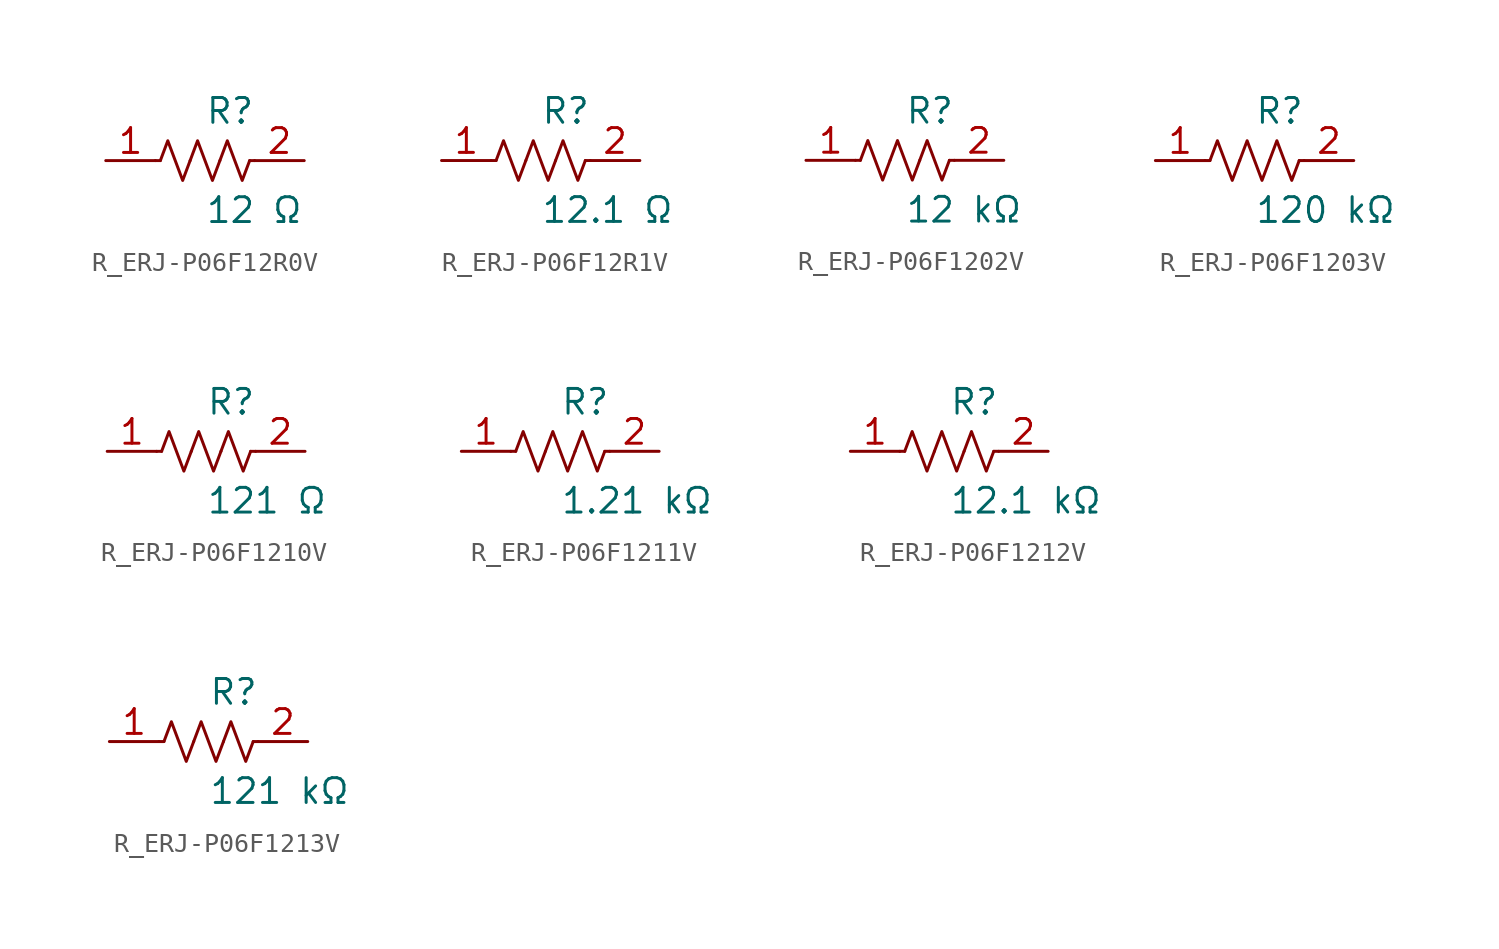
<source format=kicad_sym>
(kicad_symbol_lib
  (version 20231120)
  (generator kicad_symbol_editor)
  (generator_version 8.0)
  (symbol "R_ERJ-P06F12R0V"
    (pin_names
      (offset 0.254))
    (property "Reference" "R"
      (at 0.0 2.54 0)
      (effects (font (size 1.27 1.27)) (justify left)))
    (property "Value" "12 Ω"
      (at 0.0 -2.54 0)
      (effects (font (size 1.27 1.27)) (justify left)))
    (symbol "R_ERJ-P06F12R0V_0_1"
      (polyline (pts (xy 2.286 0) (xy 2.54 0)) (stroke (width 0) (type default)) (fill (type none)))
      (polyline (pts (xy -2.286 0) (xy -2.54 0)) (stroke (width 0) (type default)) (fill (type none)))
      (polyline (pts (xy 0.762 0) (xy 1.143 1.016) (xy 1.524 0) (xy 1.905 -1.016) (xy 2.286 0)) (stroke (width 0) (type default)) (fill (type none)))
      (polyline (pts (xy -0.762 0) (xy -0.381 1.016) (xy 0 0) (xy 0.381 -1.016) (xy 0.762 0)) (stroke (width 0) (type default)) (fill (type none)))
      (polyline (pts (xy -2.286 0) (xy -1.905 1.016) (xy -1.524 0) (xy -1.143 -1.016) (xy -0.762 0)) (stroke (width 0) (type default)) (fill (type none))))
    (pin unspecified line
      (at -5.08 0 0)
      (length 2.54)
      (name "" (effects (font (size 1.27 1.27))))
      (number "1" (effects (font (size 1.27 1.27)))))
    (pin unspecified line
      (at 5.08 0 180)
      (length 2.54)
      (name "" (effects (font (size 1.27 1.27))))
      (number "2" (effects (font (size 1.27 1.27))))))
  (symbol "R_ERJ-P06F12R1V"
    (pin_names
      (offset 0.254))
    (property "Reference" "R"
      (at 0.0 2.54 0)
      (effects (font (size 1.27 1.27)) (justify left)))
    (property "Value" "12.1 Ω"
      (at 0.0 -2.54 0)
      (effects (font (size 1.27 1.27)) (justify left)))
    (symbol "R_ERJ-P06F12R1V_0_1"
      (polyline (pts (xy 2.286 0) (xy 2.54 0)) (stroke (width 0) (type default)) (fill (type none)))
      (polyline (pts (xy -2.286 0) (xy -2.54 0)) (stroke (width 0) (type default)) (fill (type none)))
      (polyline (pts (xy 0.762 0) (xy 1.143 1.016) (xy 1.524 0) (xy 1.905 -1.016) (xy 2.286 0)) (stroke (width 0) (type default)) (fill (type none)))
      (polyline (pts (xy -0.762 0) (xy -0.381 1.016) (xy 0 0) (xy 0.381 -1.016) (xy 0.762 0)) (stroke (width 0) (type default)) (fill (type none)))
      (polyline (pts (xy -2.286 0) (xy -1.905 1.016) (xy -1.524 0) (xy -1.143 -1.016) (xy -0.762 0)) (stroke (width 0) (type default)) (fill (type none))))
    (pin unspecified line
      (at -5.08 0 0)
      (length 2.54)
      (name "" (effects (font (size 1.27 1.27))))
      (number "1" (effects (font (size 1.27 1.27)))))
    (pin unspecified line
      (at 5.08 0 180)
      (length 2.54)
      (name "" (effects (font (size 1.27 1.27))))
      (number "2" (effects (font (size 1.27 1.27))))))
  (symbol "R_ERJ-P06F1202V"
    (pin_names
      (offset 0.254))
    (property "Reference" "R"
      (at 0.0 2.54 0)
      (effects (font (size 1.27 1.27)) (justify left)))
    (property "Value" "12 kΩ"
      (at 0.0 -2.54 0)
      (effects (font (size 1.27 1.27)) (justify left)))
    (symbol "R_ERJ-P06F1202V_0_1"
      (polyline (pts (xy 2.286 0) (xy 2.54 0)) (stroke (width 0) (type default)) (fill (type none)))
      (polyline (pts (xy -2.286 0) (xy -2.54 0)) (stroke (width 0) (type default)) (fill (type none)))
      (polyline (pts (xy 0.762 0) (xy 1.143 1.016) (xy 1.524 0) (xy 1.905 -1.016) (xy 2.286 0)) (stroke (width 0) (type default)) (fill (type none)))
      (polyline (pts (xy -0.762 0) (xy -0.381 1.016) (xy 0 0) (xy 0.381 -1.016) (xy 0.762 0)) (stroke (width 0) (type default)) (fill (type none)))
      (polyline (pts (xy -2.286 0) (xy -1.905 1.016) (xy -1.524 0) (xy -1.143 -1.016) (xy -0.762 0)) (stroke (width 0) (type default)) (fill (type none))))
    (pin unspecified line
      (at -5.08 0 0)
      (length 2.54)
      (name "" (effects (font (size 1.27 1.27))))
      (number "1" (effects (font (size 1.27 1.27)))))
    (pin unspecified line
      (at 5.08 0 180)
      (length 2.54)
      (name "" (effects (font (size 1.27 1.27))))
      (number "2" (effects (font (size 1.27 1.27))))))
  (symbol "R_ERJ-P06F1203V"
    (pin_names
      (offset 0.254))
    (property "Reference" "R"
      (at 0.0 2.54 0)
      (effects (font (size 1.27 1.27)) (justify left)))
    (property "Value" "120 kΩ"
      (at 0.0 -2.54 0)
      (effects (font (size 1.27 1.27)) (justify left)))
    (symbol "R_ERJ-P06F1203V_0_1"
      (polyline (pts (xy 2.286 0) (xy 2.54 0)) (stroke (width 0) (type default)) (fill (type none)))
      (polyline (pts (xy -2.286 0) (xy -2.54 0)) (stroke (width 0) (type default)) (fill (type none)))
      (polyline (pts (xy 0.762 0) (xy 1.143 1.016) (xy 1.524 0) (xy 1.905 -1.016) (xy 2.286 0)) (stroke (width 0) (type default)) (fill (type none)))
      (polyline (pts (xy -0.762 0) (xy -0.381 1.016) (xy 0 0) (xy 0.381 -1.016) (xy 0.762 0)) (stroke (width 0) (type default)) (fill (type none)))
      (polyline (pts (xy -2.286 0) (xy -1.905 1.016) (xy -1.524 0) (xy -1.143 -1.016) (xy -0.762 0)) (stroke (width 0) (type default)) (fill (type none))))
    (pin unspecified line
      (at -5.08 0 0)
      (length 2.54)
      (name "" (effects (font (size 1.27 1.27))))
      (number "1" (effects (font (size 1.27 1.27)))))
    (pin unspecified line
      (at 5.08 0 180)
      (length 2.54)
      (name "" (effects (font (size 1.27 1.27))))
      (number "2" (effects (font (size 1.27 1.27))))))
  (symbol "R_ERJ-P06F1210V"
    (pin_names
      (offset 0.254))
    (property "Reference" "R"
      (at 0.0 2.54 0)
      (effects (font (size 1.27 1.27)) (justify left)))
    (property "Value" "121 Ω"
      (at 0.0 -2.54 0)
      (effects (font (size 1.27 1.27)) (justify left)))
    (symbol "R_ERJ-P06F1210V_0_1"
      (polyline (pts (xy 2.286 0) (xy 2.54 0)) (stroke (width 0) (type default)) (fill (type none)))
      (polyline (pts (xy -2.286 0) (xy -2.54 0)) (stroke (width 0) (type default)) (fill (type none)))
      (polyline (pts (xy 0.762 0) (xy 1.143 1.016) (xy 1.524 0) (xy 1.905 -1.016) (xy 2.286 0)) (stroke (width 0) (type default)) (fill (type none)))
      (polyline (pts (xy -0.762 0) (xy -0.381 1.016) (xy 0 0) (xy 0.381 -1.016) (xy 0.762 0)) (stroke (width 0) (type default)) (fill (type none)))
      (polyline (pts (xy -2.286 0) (xy -1.905 1.016) (xy -1.524 0) (xy -1.143 -1.016) (xy -0.762 0)) (stroke (width 0) (type default)) (fill (type none))))
    (pin unspecified line
      (at -5.08 0 0)
      (length 2.54)
      (name "" (effects (font (size 1.27 1.27))))
      (number "1" (effects (font (size 1.27 1.27)))))
    (pin unspecified line
      (at 5.08 0 180)
      (length 2.54)
      (name "" (effects (font (size 1.27 1.27))))
      (number "2" (effects (font (size 1.27 1.27))))))
  (symbol "R_ERJ-P06F1211V"
    (pin_names
      (offset 0.254))
    (property "Reference" "R"
      (at 0.0 2.54 0)
      (effects (font (size 1.27 1.27)) (justify left)))
    (property "Value" "1.21 kΩ"
      (at 0.0 -2.54 0)
      (effects (font (size 1.27 1.27)) (justify left)))
    (symbol "R_ERJ-P06F1211V_0_1"
      (polyline (pts (xy 2.286 0) (xy 2.54 0)) (stroke (width 0) (type default)) (fill (type none)))
      (polyline (pts (xy -2.286 0) (xy -2.54 0)) (stroke (width 0) (type default)) (fill (type none)))
      (polyline (pts (xy 0.762 0) (xy 1.143 1.016) (xy 1.524 0) (xy 1.905 -1.016) (xy 2.286 0)) (stroke (width 0) (type default)) (fill (type none)))
      (polyline (pts (xy -0.762 0) (xy -0.381 1.016) (xy 0 0) (xy 0.381 -1.016) (xy 0.762 0)) (stroke (width 0) (type default)) (fill (type none)))
      (polyline (pts (xy -2.286 0) (xy -1.905 1.016) (xy -1.524 0) (xy -1.143 -1.016) (xy -0.762 0)) (stroke (width 0) (type default)) (fill (type none))))
    (pin unspecified line
      (at -5.08 0 0)
      (length 2.54)
      (name "" (effects (font (size 1.27 1.27))))
      (number "1" (effects (font (size 1.27 1.27)))))
    (pin unspecified line
      (at 5.08 0 180)
      (length 2.54)
      (name "" (effects (font (size 1.27 1.27))))
      (number "2" (effects (font (size 1.27 1.27))))))
  (symbol "R_ERJ-P06F1212V"
    (pin_names
      (offset 0.254))
    (property "Reference" "R"
      (at 0.0 2.54 0)
      (effects (font (size 1.27 1.27)) (justify left)))
    (property "Value" "12.1 kΩ"
      (at 0.0 -2.54 0)
      (effects (font (size 1.27 1.27)) (justify left)))
    (symbol "R_ERJ-P06F1212V_0_1"
      (polyline (pts (xy 2.286 0) (xy 2.54 0)) (stroke (width 0) (type default)) (fill (type none)))
      (polyline (pts (xy -2.286 0) (xy -2.54 0)) (stroke (width 0) (type default)) (fill (type none)))
      (polyline (pts (xy 0.762 0) (xy 1.143 1.016) (xy 1.524 0) (xy 1.905 -1.016) (xy 2.286 0)) (stroke (width 0) (type default)) (fill (type none)))
      (polyline (pts (xy -0.762 0) (xy -0.381 1.016) (xy 0 0) (xy 0.381 -1.016) (xy 0.762 0)) (stroke (width 0) (type default)) (fill (type none)))
      (polyline (pts (xy -2.286 0) (xy -1.905 1.016) (xy -1.524 0) (xy -1.143 -1.016) (xy -0.762 0)) (stroke (width 0) (type default)) (fill (type none))))
    (pin unspecified line
      (at -5.08 0 0)
      (length 2.54)
      (name "" (effects (font (size 1.27 1.27))))
      (number "1" (effects (font (size 1.27 1.27)))))
    (pin unspecified line
      (at 5.08 0 180)
      (length 2.54)
      (name "" (effects (font (size 1.27 1.27))))
      (number "2" (effects (font (size 1.27 1.27))))))
  (symbol "R_ERJ-P06F1213V"
    (pin_names
      (offset 0.254))
    (property "Reference" "R"
      (at 0.0 2.54 0)
      (effects (font (size 1.27 1.27)) (justify left)))
    (property "Value" "121 kΩ"
      (at 0.0 -2.54 0)
      (effects (font (size 1.27 1.27)) (justify left)))
    (symbol "R_ERJ-P06F1213V_0_1"
      (polyline (pts (xy 2.286 0) (xy 2.54 0)) (stroke (width 0) (type default)) (fill (type none)))
      (polyline (pts (xy -2.286 0) (xy -2.54 0)) (stroke (width 0) (type default)) (fill (type none)))
      (polyline (pts (xy 0.762 0) (xy 1.143 1.016) (xy 1.524 0) (xy 1.905 -1.016) (xy 2.286 0)) (stroke (width 0) (type default)) (fill (type none)))
      (polyline (pts (xy -0.762 0) (xy -0.381 1.016) (xy 0 0) (xy 0.381 -1.016) (xy 0.762 0)) (stroke (width 0) (type default)) (fill (type none)))
      (polyline (pts (xy -2.286 0) (xy -1.905 1.016) (xy -1.524 0) (xy -1.143 -1.016) (xy -0.762 0)) (stroke (width 0) (type default)) (fill (type none))))
    (pin unspecified line
      (at -5.08 0 0)
      (length 2.54)
      (name "" (effects (font (size 1.27 1.27))))
      (number "1" (effects (font (size 1.27 1.27)))))
    (pin unspecified line
      (at 5.08 0 180)
      (length 2.54)
      (name "" (effects (font (size 1.27 1.27))))
      (number "2" (effects (font (size 1.27 1.27)))))))
</source>
